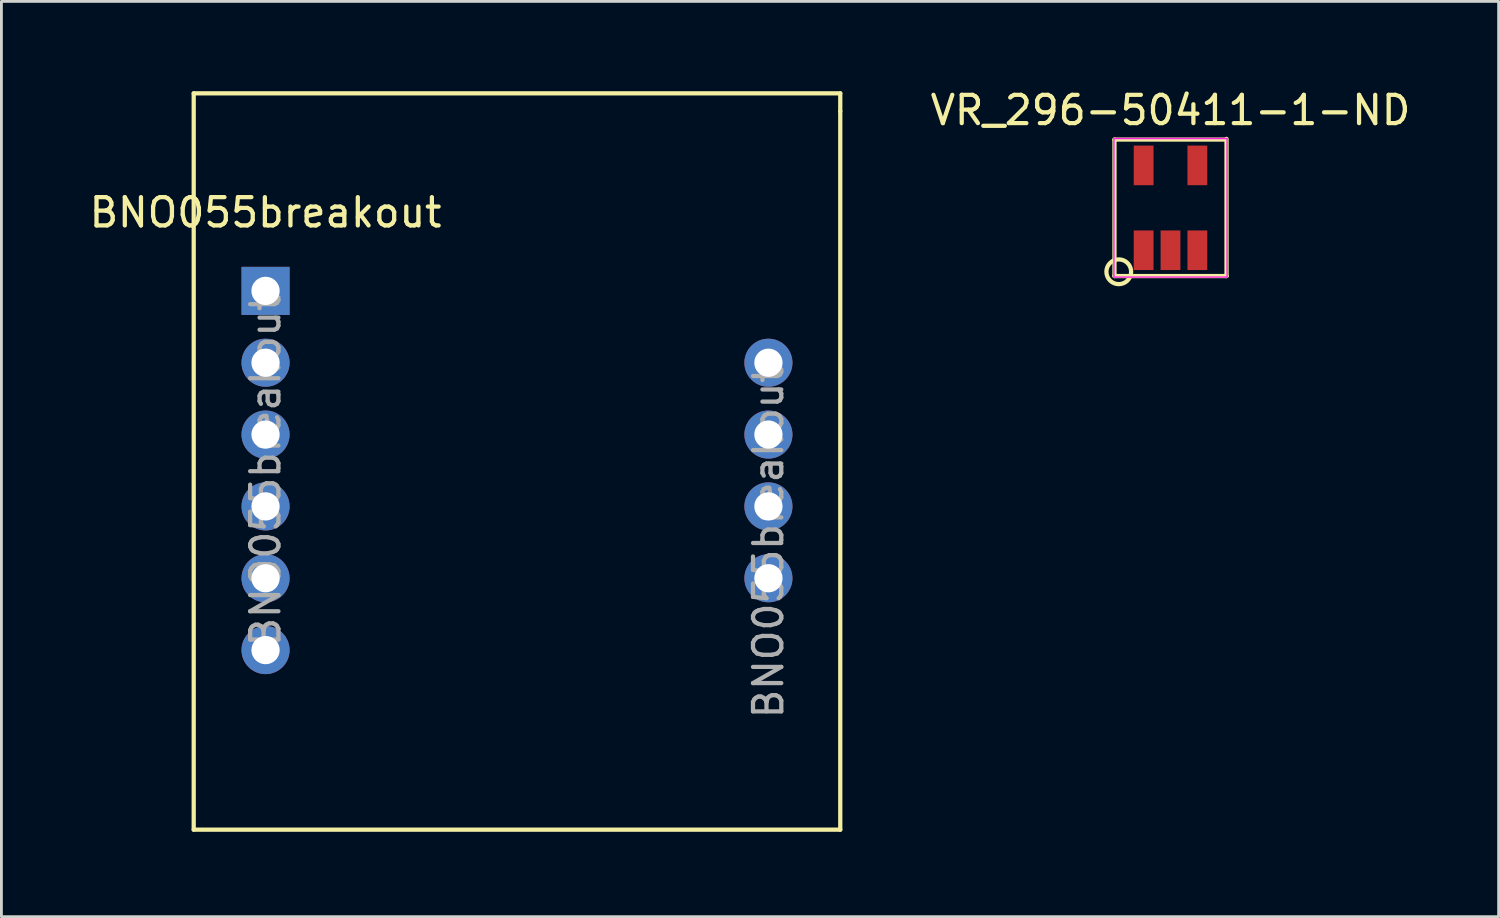
<source format=kicad_pcb>
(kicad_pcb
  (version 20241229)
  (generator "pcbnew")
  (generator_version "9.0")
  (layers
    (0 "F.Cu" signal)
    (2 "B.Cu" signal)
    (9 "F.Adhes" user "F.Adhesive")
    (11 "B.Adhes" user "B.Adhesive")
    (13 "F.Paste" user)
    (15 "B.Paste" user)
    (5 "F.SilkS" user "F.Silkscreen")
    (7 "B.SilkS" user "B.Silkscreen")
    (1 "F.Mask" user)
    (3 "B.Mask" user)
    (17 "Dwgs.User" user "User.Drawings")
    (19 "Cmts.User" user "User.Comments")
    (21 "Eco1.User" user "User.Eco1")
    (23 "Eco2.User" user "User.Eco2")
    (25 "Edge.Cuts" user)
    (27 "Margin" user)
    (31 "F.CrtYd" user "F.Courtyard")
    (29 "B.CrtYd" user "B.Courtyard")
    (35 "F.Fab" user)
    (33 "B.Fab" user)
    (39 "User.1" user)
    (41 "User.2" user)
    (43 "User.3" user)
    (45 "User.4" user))
  (footprint "BNO055breakout"
    (layer "F.Cu")
    (at 6.339 0.25)
    (property "Reference" "BNO055breakout" (at 0 4.215 0) (layer "F.SilkS") (effects (font (size 1 1) (thickness 0.15))))
    (attr through_hole)
    (fp_line (start -2.54 0) (end -2.54 26.035) (stroke (width 0.15) (type solid)) (layer "F.SilkS"))
    (fp_line (start -2.54 26.035) (end 20.32 26.035) (stroke (width 0.15) (type solid)) (layer "F.SilkS"))
    (fp_line (start 20.32 0) (end -2.54 0) (stroke (width 0.15) (type solid)) (layer "F.SilkS"))
    (fp_line (start 20.32 0.635) (end 20.32 0) (stroke (width 0.15) (type solid)) (layer "F.SilkS"))
    (fp_line (start 20.32 26.035) (end 20.32 0.635) (stroke (width 0.15) (type solid)) (layer "F.SilkS"))
    (fp_text user "${REFERENCE}" (at 17.78 15.875 270) (layer "F.Fab") (effects (font (size 1 1) (thickness 0.15))))
    (fp_text user "${REFERENCE}" (at 0 13.335 90) (layer "F.Fab") (effects (font (size 1 1) (thickness 0.15))))
    (pad "1" thru_hole rect (at 0 6.985) (size 1.7 1.7) (drill 1) (layers "*.Cu" "*.Mask"))
    (pad "2" thru_hole oval (at 0 9.525) (size 1.7 1.7) (drill 1) (layers "*.Cu" "*.Mask"))
    (pad "3" thru_hole oval (at 0 12.065) (size 1.7 1.7) (drill 1) (layers "*.Cu" "*.Mask"))
    (pad "3" thru_hole oval (at 17.78 17.145 180) (size 1.7 1.7) (drill 1) (layers "*.Cu" "*.Mask"))
    (pad "4" thru_hole oval (at 0 14.605) (size 1.7 1.7) (drill 1) (layers "*.Cu" "*.Mask"))
    (pad "4" thru_hole oval (at 17.78 14.605 180) (size 1.7 1.7) (drill 1) (layers "*.Cu" "*.Mask"))
    (pad "5" thru_hole oval (at 0 17.145) (size 1.7 1.7) (drill 1) (layers "*.Cu" "*.Mask"))
    (pad "5" thru_hole oval (at 17.78 12.065 180) (size 1.7 1.7) (drill 1) (layers "*.Cu" "*.Mask"))
    (pad "6" thru_hole oval (at 0 19.685) (size 1.7 1.7) (drill 1) (layers "*.Cu" "*.Mask"))
    (pad "6" thru_hole oval (at 17.78 9.525 180) (size 1.7 1.7) (drill 1) (layers "*.Cu" "*.Mask")))
  (footprint "VR_296-50411-1-ND"
    (layer "F.Cu")
    (at 38.335 4.298)
    (property "Reference" "VR_296-50411-1-ND" (at 0 -3.45 0) (layer "F.SilkS") (effects (font (size 1 1) (thickness 0.15))))
    (attr smd)
    (fp_line (start -1.981 -2.413) (end 1.956 -2.413) (stroke (width 0.15) (type solid)) (layer "F.SilkS"))
    (fp_line (start -1.981 2.413) (end -1.981 -2.413) (stroke (width 0.15) (type solid)) (layer "F.SilkS"))
    (fp_line (start 1.981 -2.438) (end 1.981 2.413) (stroke (width 0.15) (type solid)) (layer "F.SilkS"))
    (fp_line (start 1.981 2.413) (end -1.981 2.413) (stroke (width 0.15) (type solid)) (layer "F.SilkS"))
    (fp_circle (center -1.829 2.261) (end -1.905 2.692) (stroke (width 0.15) (type solid)) (fill no) (layer "F.SilkS"))
    (fp_line (start -2 -2.45) (end -2 2.45) (stroke (width 0.05) (type solid)) (layer "F.CrtYd"))
    (fp_line (start -2 -2.45) (end 2 -2.45) (stroke (width 0.05) (type solid)) (layer "F.CrtYd"))
    (fp_line (start -2 2.45) (end 2 2.45) (stroke (width 0.05) (type solid)) (layer "F.CrtYd"))
    (fp_line (start 2 -2.45) (end 2 2.45) (stroke (width 0.05) (type solid)) (layer "F.CrtYd"))
    (pad "1" smd rect (at -0.95 1.5) (size 0.7 1.4) (layers "F.Cu" "F.Mask" "F.Paste"))
    (pad "2" smd rect (at 0 1.5) (size 0.7 1.4) (layers "F.Cu" "F.Mask" "F.Paste"))
    (pad "3" smd rect (at 0.95 1.5) (size 0.7 1.4) (layers "F.Cu" "F.Mask" "F.Paste"))
    (pad "4" smd rect (at 0.95 -1.5) (size 0.7 1.4) (layers "F.Cu" "F.Mask" "F.Paste"))
    (pad "5" smd rect (at -0.95 -1.5) (size 0.7 1.4) (layers "F.Cu" "F.Mask" "F.Paste")))
  (gr_rect
    (start -3 -3)
    (end 49.937 29.36)
    (stroke (width 0.1) (type default))
    (fill no)
    (layer "Edge.Cuts")))
</source>
